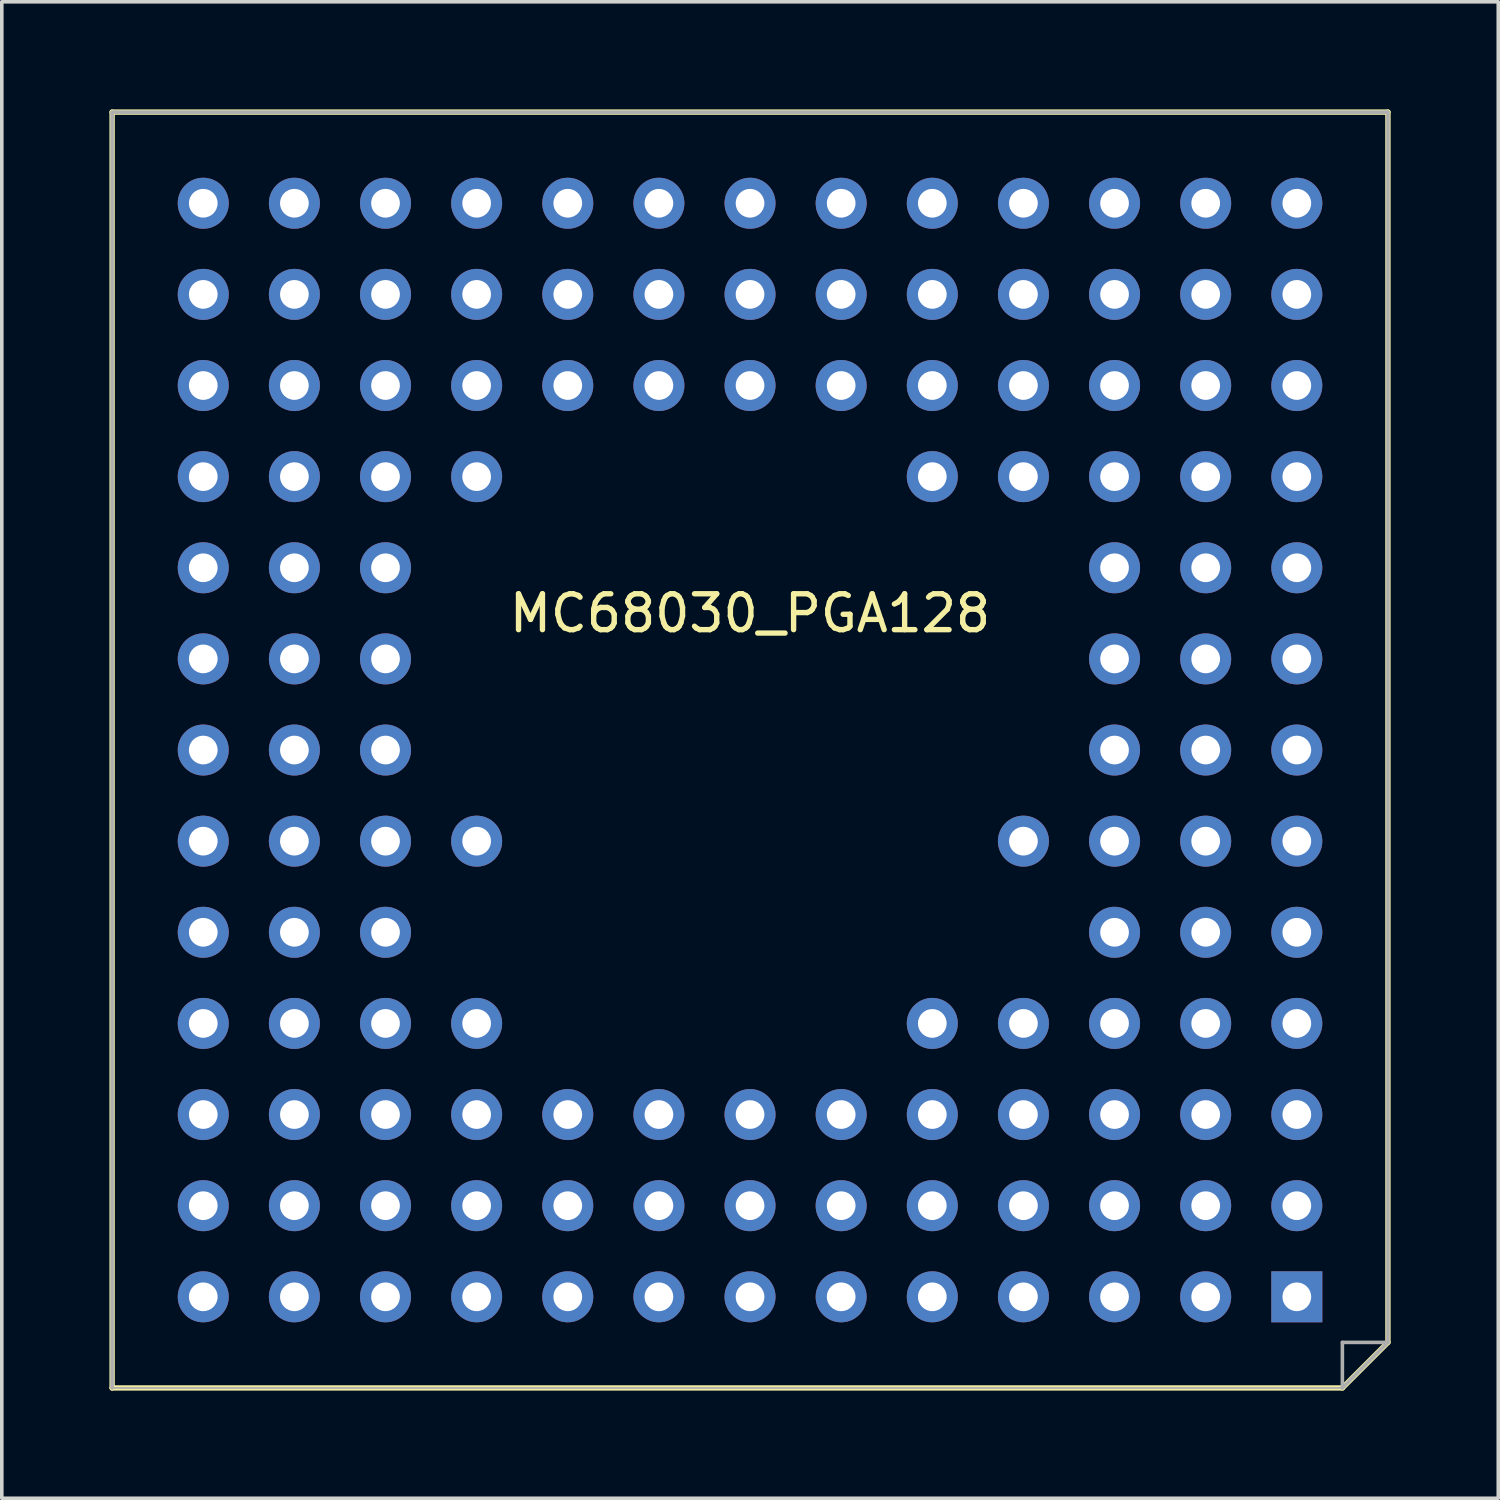
<source format=kicad_pcb>
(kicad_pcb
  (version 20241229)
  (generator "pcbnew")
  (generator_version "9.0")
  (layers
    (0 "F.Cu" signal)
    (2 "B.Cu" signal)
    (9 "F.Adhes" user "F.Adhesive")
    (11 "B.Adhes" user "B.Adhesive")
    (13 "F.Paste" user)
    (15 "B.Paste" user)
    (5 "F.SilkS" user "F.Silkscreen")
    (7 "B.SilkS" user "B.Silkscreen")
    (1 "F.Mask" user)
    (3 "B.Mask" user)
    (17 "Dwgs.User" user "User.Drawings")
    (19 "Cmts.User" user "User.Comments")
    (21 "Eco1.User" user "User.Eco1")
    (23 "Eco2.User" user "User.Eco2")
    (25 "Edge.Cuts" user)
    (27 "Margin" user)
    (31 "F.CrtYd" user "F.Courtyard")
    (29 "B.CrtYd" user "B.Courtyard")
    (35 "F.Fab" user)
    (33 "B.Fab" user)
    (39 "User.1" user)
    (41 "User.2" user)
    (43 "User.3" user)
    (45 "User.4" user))
  (footprint "MC68030_PGA128"
    (layer "F.Cu")
    (at 17.855 17.855)
    (property "Reference" "MC68030_PGA128" (at 0 -3.81 0) (layer "F.SilkS") (effects (font (size 1 1) (thickness 0.15))))
    (attr through_hole)
    (fp_line (start -17.78 -17.78) (end -17.78 17.78) (stroke (width 0.15) (type solid)) (layer "F.SilkS"))
    (fp_line (start -17.78 17.78) (end 16.51 17.78) (stroke (width 0.15) (type solid)) (layer "F.SilkS"))
    (fp_line (start 17.78 -17.78) (end -17.78 -17.78) (stroke (width 0.15) (type solid)) (layer "F.SilkS"))
    (fp_line (start 17.78 16.51) (end 16.51 17.78) (stroke (width 0.15) (type solid)) (layer "F.SilkS"))
    (fp_line (start 17.78 16.51) (end 17.78 -17.78) (stroke (width 0.15) (type solid)) (layer "F.SilkS"))
    (fp_line (start -17.78 -17.78) (end -17.78 17.78) (stroke (width 0.1) (type solid)) (layer "F.Fab"))
    (fp_line (start -17.78 17.78) (end 16.51 17.78) (stroke (width 0.05) (type solid)) (layer "F.Fab"))
    (fp_line (start 16.51 16.51) (end 16.51 17.78) (stroke (width 0.1) (type default)) (layer "F.Fab"))
    (fp_line (start 17.78 -17.78) (end -17.78 -17.78) (stroke (width 0.1) (type solid)) (layer "F.Fab"))
    (fp_line (start 17.78 16.51) (end 16.51 16.51) (stroke (width 0.1) (type default)) (layer "F.Fab"))
    (fp_line (start 17.78 16.51) (end 16.51 17.78) (stroke (width 0.1) (type solid)) (layer "F.Fab"))
    (fp_line (start 17.78 16.51) (end 17.78 -17.78) (stroke (width 0.1) (type solid)) (layer "F.Fab"))
    (pad "A1" thru_hole rect (at 15.24 15.24) (size 1.422 1.422) (drill 0.8) (layers "*.Cu" "*.Mask"))
    (pad "A2" thru_hole circle (at 12.7 15.24) (size 1.422 1.422) (drill 0.8) (layers "*.Cu" "*.Mask"))
    (pad "A3" thru_hole circle (at 10.16 15.24) (size 1.422 1.422) (drill 0.8) (layers "*.Cu" "*.Mask"))
    (pad "A4" thru_hole circle (at 7.62 15.24) (size 1.422 1.422) (drill 0.8) (layers "*.Cu" "*.Mask"))
    (pad "A5" thru_hole circle (at 5.08 15.24) (size 1.422 1.422) (drill 0.8) (layers "*.Cu" "*.Mask"))
    (pad "A6" thru_hole circle (at 2.54 15.24) (size 1.422 1.422) (drill 0.8) (layers "*.Cu" "*.Mask"))
    (pad "A7" thru_hole circle (at 0 15.24) (size 1.422 1.422) (drill 0.8) (layers "*.Cu" "*.Mask"))
    (pad "A8" thru_hole circle (at -2.54 15.24) (size 1.422 1.422) (drill 0.8) (layers "*.Cu" "*.Mask"))
    (pad "A9" thru_hole circle (at -5.08 15.24) (size 1.422 1.422) (drill 0.8) (layers "*.Cu" "*.Mask"))
    (pad "A10" thru_hole circle (at -7.62 15.24) (size 1.422 1.422) (drill 0.8) (layers "*.Cu" "*.Mask"))
    (pad "A11" thru_hole circle (at -10.16 15.24) (size 1.422 1.422) (drill 0.8) (layers "*.Cu" "*.Mask"))
    (pad "A12" thru_hole circle (at -12.7 15.24) (size 1.422 1.422) (drill 0.8) (layers "*.Cu" "*.Mask"))
    (pad "A13" thru_hole circle (at -15.24 15.24) (size 1.422 1.422) (drill 0.8) (layers "*.Cu" "*.Mask"))
    (pad "B1" thru_hole circle (at 15.24 12.7) (size 1.422 1.422) (drill 0.8) (layers "*.Cu" "*.Mask"))
    (pad "B2" thru_hole circle (at 12.7 12.7) (size 1.422 1.422) (drill 0.8) (layers "*.Cu" "*.Mask"))
    (pad "B3" thru_hole circle (at 10.16 12.7) (size 1.422 1.422) (drill 0.8) (layers "*.Cu" "*.Mask"))
    (pad "B4" thru_hole circle (at 7.62 12.7) (size 1.422 1.422) (drill 0.8) (layers "*.Cu" "*.Mask"))
    (pad "B5" thru_hole circle (at 5.08 12.7) (size 1.422 1.422) (drill 0.8) (layers "*.Cu" "*.Mask"))
    (pad "B6" thru_hole circle (at 2.54 12.7) (size 1.422 1.422) (drill 0.8) (layers "*.Cu" "*.Mask"))
    (pad "B7" thru_hole circle (at 0 12.7) (size 1.422 1.422) (drill 0.8) (layers "*.Cu" "*.Mask"))
    (pad "B8" thru_hole circle (at -2.54 12.7) (size 1.422 1.422) (drill 0.8) (layers "*.Cu" "*.Mask"))
    (pad "B9" thru_hole circle (at -5.08 12.7) (size 1.422 1.422) (drill 0.8) (layers "*.Cu" "*.Mask"))
    (pad "B10" thru_hole circle (at -7.62 12.7) (size 1.422 1.422) (drill 0.8) (layers "*.Cu" "*.Mask"))
    (pad "B11" thru_hole circle (at -10.16 12.7) (size 1.422 1.422) (drill 0.8) (layers "*.Cu" "*.Mask"))
    (pad "B12" thru_hole circle (at -12.7 12.7) (size 1.422 1.422) (drill 0.8) (layers "*.Cu" "*.Mask"))
    (pad "B13" thru_hole circle (at -15.24 12.7) (size 1.422 1.422) (drill 0.8) (layers "*.Cu" "*.Mask"))
    (pad "C1" thru_hole circle (at 15.24 10.16) (size 1.422 1.422) (drill 0.8) (layers "*.Cu" "*.Mask"))
    (pad "C2" thru_hole circle (at 12.7 10.16) (size 1.422 1.422) (drill 0.8) (layers "*.Cu" "*.Mask"))
    (pad "C3" thru_hole circle (at 10.16 10.16) (size 1.422 1.422) (drill 0.8) (layers "*.Cu" "*.Mask"))
    (pad "C4" thru_hole circle (at 7.62 10.16) (size 1.422 1.422) (drill 0.8) (layers "*.Cu" "*.Mask"))
    (pad "C5" thru_hole circle (at 5.08 10.16) (size 1.422 1.422) (drill 0.8) (layers "*.Cu" "*.Mask"))
    (pad "C6" thru_hole circle (at 2.54 10.16) (size 1.422 1.422) (drill 0.8) (layers "*.Cu" "*.Mask"))
    (pad "C7" thru_hole circle (at 0 10.16) (size 1.422 1.422) (drill 0.8) (layers "*.Cu" "*.Mask"))
    (pad "C8" thru_hole circle (at -2.54 10.16) (size 1.422 1.422) (drill 0.8) (layers "*.Cu" "*.Mask"))
    (pad "C9" thru_hole circle (at -5.08 10.16) (size 1.422 1.422) (drill 0.8) (layers "*.Cu" "*.Mask"))
    (pad "C10" thru_hole circle (at -7.62 10.16) (size 1.422 1.422) (drill 0.8) (layers "*.Cu" "*.Mask"))
    (pad "C11" thru_hole circle (at -10.16 10.16) (size 1.422 1.422) (drill 0.8) (layers "*.Cu" "*.Mask"))
    (pad "C12" thru_hole circle (at -12.7 10.16) (size 1.422 1.422) (drill 0.8) (layers "*.Cu" "*.Mask"))
    (pad "C13" thru_hole circle (at -15.24 10.16) (size 1.422 1.422) (drill 0.8) (layers "*.Cu" "*.Mask"))
    (pad "D1" thru_hole circle (at 15.24 7.62) (size 1.422 1.422) (drill 0.8) (layers "*.Cu" "*.Mask"))
    (pad "D2" thru_hole circle (at 12.7 7.62) (size 1.422 1.422) (drill 0.8) (layers "*.Cu" "*.Mask"))
    (pad "D3" thru_hole circle (at 10.16 7.62) (size 1.422 1.422) (drill 0.8) (layers "*.Cu" "*.Mask"))
    (pad "D4" thru_hole circle (at 7.62 7.62) (size 1.422 1.422) (drill 0.8) (layers "*.Cu" "*.Mask"))
    (pad "D5" thru_hole circle (at 5.08 7.62) (size 1.422 1.422) (drill 0.8) (layers "*.Cu" "*.Mask"))
    (pad "D10" thru_hole circle (at -7.62 7.62) (size 1.422 1.422) (drill 0.8) (layers "*.Cu" "*.Mask"))
    (pad "D11" thru_hole circle (at -10.16 7.62) (size 1.422 1.422) (drill 0.8) (layers "*.Cu" "*.Mask"))
    (pad "D12" thru_hole circle (at -12.7 7.62) (size 1.422 1.422) (drill 0.8) (layers "*.Cu" "*.Mask"))
    (pad "D13" thru_hole circle (at -15.24 7.62) (size 1.422 1.422) (drill 0.8) (layers "*.Cu" "*.Mask"))
    (pad "E1" thru_hole circle (at 15.24 5.08) (size 1.422 1.422) (drill 0.8) (layers "*.Cu" "*.Mask"))
    (pad "E2" thru_hole circle (at 12.7 5.08) (size 1.422 1.422) (drill 0.8) (layers "*.Cu" "*.Mask"))
    (pad "E3" thru_hole circle (at 10.16 5.08) (size 1.422 1.422) (drill 0.8) (layers "*.Cu" "*.Mask"))
    (pad "E11" thru_hole circle (at -10.16 5.08) (size 1.422 1.422) (drill 0.8) (layers "*.Cu" "*.Mask"))
    (pad "E12" thru_hole circle (at -12.7 5.08) (size 1.422 1.422) (drill 0.8) (layers "*.Cu" "*.Mask"))
    (pad "E13" thru_hole circle (at -15.24 5.08) (size 1.422 1.422) (drill 0.8) (layers "*.Cu" "*.Mask"))
    (pad "F1" thru_hole circle (at 15.24 2.54) (size 1.422 1.422) (drill 0.8) (layers "*.Cu" "*.Mask"))
    (pad "F2" thru_hole circle (at 12.7 2.54) (size 1.422 1.422) (drill 0.8) (layers "*.Cu" "*.Mask"))
    (pad "F3" thru_hole circle (at 10.16 2.54) (size 1.422 1.422) (drill 0.8) (layers "*.Cu" "*.Mask"))
    (pad "F4" thru_hole circle (at 7.62 2.54) (size 1.422 1.422) (drill 0.8) (layers "*.Cu" "*.Mask"))
    (pad "F10" thru_hole circle (at -7.62 2.54) (size 1.422 1.422) (drill 0.8) (layers "*.Cu" "*.Mask"))
    (pad "F11" thru_hole circle (at -10.16 2.54) (size 1.422 1.422) (drill 0.8) (layers "*.Cu" "*.Mask"))
    (pad "F12" thru_hole circle (at -12.7 2.54) (size 1.422 1.422) (drill 0.8) (layers "*.Cu" "*.Mask"))
    (pad "F13" thru_hole circle (at -15.24 2.54) (size 1.422 1.422) (drill 0.8) (layers "*.Cu" "*.Mask"))
    (pad "G1" thru_hole circle (at 15.24 0) (size 1.422 1.422) (drill 0.8) (layers "*.Cu" "*.Mask"))
    (pad "G2" thru_hole circle (at 12.7 0) (size 1.422 1.422) (drill 0.8) (layers "*.Cu" "*.Mask"))
    (pad "G3" thru_hole circle (at 10.16 0) (size 1.422 1.422) (drill 0.8) (layers "*.Cu" "*.Mask"))
    (pad "G11" thru_hole circle (at -10.16 0) (size 1.422 1.422) (drill 0.8) (layers "*.Cu" "*.Mask"))
    (pad "G12" thru_hole circle (at -12.7 0) (size 1.422 1.422) (drill 0.8) (layers "*.Cu" "*.Mask"))
    (pad "G13" thru_hole circle (at -15.24 0) (size 1.422 1.422) (drill 0.8) (layers "*.Cu" "*.Mask"))
    (pad "H1" thru_hole circle (at 15.24 -2.54) (size 1.422 1.422) (drill 0.8) (layers "*.Cu" "*.Mask"))
    (pad "H2" thru_hole circle (at 12.7 -2.54) (size 1.422 1.422) (drill 0.8) (layers "*.Cu" "*.Mask"))
    (pad "H3" thru_hole circle (at 10.16 -2.54) (size 1.422 1.422) (drill 0.8) (layers "*.Cu" "*.Mask"))
    (pad "H11" thru_hole circle (at -10.16 -2.54) (size 1.422 1.422) (drill 0.8) (layers "*.Cu" "*.Mask"))
    (pad "H12" thru_hole circle (at -12.7 -2.54) (size 1.422 1.422) (drill 0.8) (layers "*.Cu" "*.Mask"))
    (pad "H13" thru_hole circle (at -15.24 -2.54) (size 1.422 1.422) (drill 0.8) (layers "*.Cu" "*.Mask"))
    (pad "J1" thru_hole circle (at 15.24 -5.08) (size 1.422 1.422) (drill 0.8) (layers "*.Cu" "*.Mask"))
    (pad "J2" thru_hole circle (at 12.7 -5.08) (size 1.422 1.422) (drill 0.8) (layers "*.Cu" "*.Mask"))
    (pad "J3" thru_hole circle (at 10.16 -5.08) (size 1.422 1.422) (drill 0.8) (layers "*.Cu" "*.Mask"))
    (pad "J11" thru_hole circle (at -10.16 -5.08) (size 1.422 1.422) (drill 0.8) (layers "*.Cu" "*.Mask"))
    (pad "J12" thru_hole circle (at -12.7 -5.08) (size 1.422 1.422) (drill 0.8) (layers "*.Cu" "*.Mask"))
    (pad "J13" thru_hole circle (at -15.24 -5.08) (size 1.422 1.422) (drill 0.8) (layers "*.Cu" "*.Mask"))
    (pad "K1" thru_hole circle (at 15.24 -7.62) (size 1.422 1.422) (drill 0.8) (layers "*.Cu" "*.Mask"))
    (pad "K2" thru_hole circle (at 12.7 -7.62) (size 1.422 1.422) (drill 0.8) (layers "*.Cu" "*.Mask"))
    (pad "K3" thru_hole circle (at 10.16 -7.62) (size 1.422 1.422) (drill 0.8) (layers "*.Cu" "*.Mask"))
    (pad "K4" thru_hole circle (at 7.62 -7.62) (size 1.422 1.422) (drill 0.8) (layers "*.Cu" "*.Mask"))
    (pad "K5" thru_hole circle (at 5.08 -7.62) (size 1.422 1.422) (drill 0.8) (layers "*.Cu" "*.Mask"))
    (pad "K10" thru_hole circle (at -7.62 -7.62) (size 1.422 1.422) (drill 0.8) (layers "*.Cu" "*.Mask"))
    (pad "K11" thru_hole circle (at -10.16 -7.62) (size 1.422 1.422) (drill 0.8) (layers "*.Cu" "*.Mask"))
    (pad "K12" thru_hole circle (at -12.7 -7.62) (size 1.422 1.422) (drill 0.8) (layers "*.Cu" "*.Mask"))
    (pad "K13" thru_hole circle (at -15.24 -7.62) (size 1.422 1.422) (drill 0.8) (layers "*.Cu" "*.Mask"))
    (pad "L1" thru_hole circle (at 15.24 -10.16) (size 1.422 1.422) (drill 0.8) (layers "*.Cu" "*.Mask"))
    (pad "L2" thru_hole circle (at 12.7 -10.16) (size 1.422 1.422) (drill 0.8) (layers "*.Cu" "*.Mask"))
    (pad "L3" thru_hole circle (at 10.16 -10.16) (size 1.422 1.422) (drill 0.8) (layers "*.Cu" "*.Mask"))
    (pad "L4" thru_hole circle (at 7.62 -10.16) (size 1.422 1.422) (drill 0.8) (layers "*.Cu" "*.Mask"))
    (pad "L5" thru_hole circle (at 5.08 -10.16) (size 1.422 1.422) (drill 0.8) (layers "*.Cu" "*.Mask"))
    (pad "L6" thru_hole circle (at 2.54 -10.16) (size 1.422 1.422) (drill 0.8) (layers "*.Cu" "*.Mask"))
    (pad "L7" thru_hole circle (at 0 -10.16) (size 1.422 1.422) (drill 0.8) (layers "*.Cu" "*.Mask"))
    (pad "L8" thru_hole circle (at -2.54 -10.16) (size 1.422 1.422) (drill 0.8) (layers "*.Cu" "*.Mask"))
    (pad "L9" thru_hole circle (at -5.08 -10.16) (size 1.422 1.422) (drill 0.8) (layers "*.Cu" "*.Mask"))
    (pad "L10" thru_hole circle (at -7.62 -10.16) (size 1.422 1.422) (drill 0.8) (layers "*.Cu" "*.Mask"))
    (pad "L11" thru_hole circle (at -10.16 -10.16) (size 1.422 1.422) (drill 0.8) (layers "*.Cu" "*.Mask"))
    (pad "L12" thru_hole circle (at -12.7 -10.16) (size 1.422 1.422) (drill 0.8) (layers "*.Cu" "*.Mask"))
    (pad "L13" thru_hole circle (at -15.24 -10.16) (size 1.422 1.422) (drill 0.8) (layers "*.Cu" "*.Mask"))
    (pad "M1" thru_hole circle (at 15.24 -12.7) (size 1.422 1.422) (drill 0.8) (layers "*.Cu" "*.Mask"))
    (pad "M2" thru_hole circle (at 12.7 -12.7) (size 1.422 1.422) (drill 0.8) (layers "*.Cu" "*.Mask"))
    (pad "M3" thru_hole circle (at 10.16 -12.7) (size 1.422 1.422) (drill 0.8) (layers "*.Cu" "*.Mask"))
    (pad "M4" thru_hole circle (at 7.62 -12.7) (size 1.422 1.422) (drill 0.8) (layers "*.Cu" "*.Mask"))
    (pad "M5" thru_hole circle (at 5.08 -12.7) (size 1.422 1.422) (drill 0.8) (layers "*.Cu" "*.Mask"))
    (pad "M6" thru_hole circle (at 2.54 -12.7) (size 1.422 1.422) (drill 0.8) (layers "*.Cu" "*.Mask"))
    (pad "M7" thru_hole circle (at 0 -12.7) (size 1.422 1.422) (drill 0.8) (layers "*.Cu" "*.Mask"))
    (pad "M8" thru_hole circle (at -2.54 -12.7) (size 1.422 1.422) (drill 0.8) (layers "*.Cu" "*.Mask"))
    (pad "M9" thru_hole circle (at -5.08 -12.7) (size 1.422 1.422) (drill 0.8) (layers "*.Cu" "*.Mask"))
    (pad "M10" thru_hole circle (at -7.62 -12.7) (size 1.422 1.422) (drill 0.8) (layers "*.Cu" "*.Mask"))
    (pad "M11" thru_hole circle (at -10.16 -12.7) (size 1.422 1.422) (drill 0.8) (layers "*.Cu" "*.Mask"))
    (pad "M12" thru_hole circle (at -12.7 -12.7) (size 1.422 1.422) (drill 0.8) (layers "*.Cu" "*.Mask"))
    (pad "M13" thru_hole circle (at -15.24 -12.7) (size 1.422 1.422) (drill 0.8) (layers "*.Cu" "*.Mask"))
    (pad "N1" thru_hole circle (at 15.24 -15.24) (size 1.422 1.422) (drill 0.8) (layers "*.Cu" "*.Mask"))
    (pad "N2" thru_hole circle (at 12.7 -15.24) (size 1.422 1.422) (drill 0.8) (layers "*.Cu" "*.Mask"))
    (pad "N3" thru_hole circle (at 10.16 -15.24) (size 1.422 1.422) (drill 0.8) (layers "*.Cu" "*.Mask"))
    (pad "N4" thru_hole circle (at 7.62 -15.24) (size 1.422 1.422) (drill 0.8) (layers "*.Cu" "*.Mask"))
    (pad "N5" thru_hole circle (at 5.08 -15.24) (size 1.422 1.422) (drill 0.8) (layers "*.Cu" "*.Mask"))
    (pad "N6" thru_hole circle (at 2.54 -15.24) (size 1.422 1.422) (drill 0.8) (layers "*.Cu" "*.Mask"))
    (pad "N7" thru_hole circle (at 0 -15.24) (size 1.422 1.422) (drill 0.8) (layers "*.Cu" "*.Mask"))
    (pad "N8" thru_hole circle (at -2.54 -15.24) (size 1.422 1.422) (drill 0.8) (layers "*.Cu" "*.Mask"))
    (pad "N9" thru_hole circle (at -5.08 -15.24) (size 1.422 1.422) (drill 0.8) (layers "*.Cu" "*.Mask"))
    (pad "N10" thru_hole circle (at -7.62 -15.24) (size 1.422 1.422) (drill 0.8) (layers "*.Cu" "*.Mask"))
    (pad "N11" thru_hole circle (at -10.16 -15.24) (size 1.422 1.422) (drill 0.8) (layers "*.Cu" "*.Mask"))
    (pad "N12" thru_hole circle (at -12.7 -15.24) (size 1.422 1.422) (drill 0.8) (layers "*.Cu" "*.Mask"))
    (pad "N13" thru_hole circle (at -15.24 -15.24) (size 1.422 1.422) (drill 0.8) (layers "*.Cu" "*.Mask")))
  (gr_rect
    (start -3 -3)
    (end 38.71 38.71)
    (stroke (width 0.1) (type default))
    (fill no)
    (layer "Edge.Cuts")))
</source>
